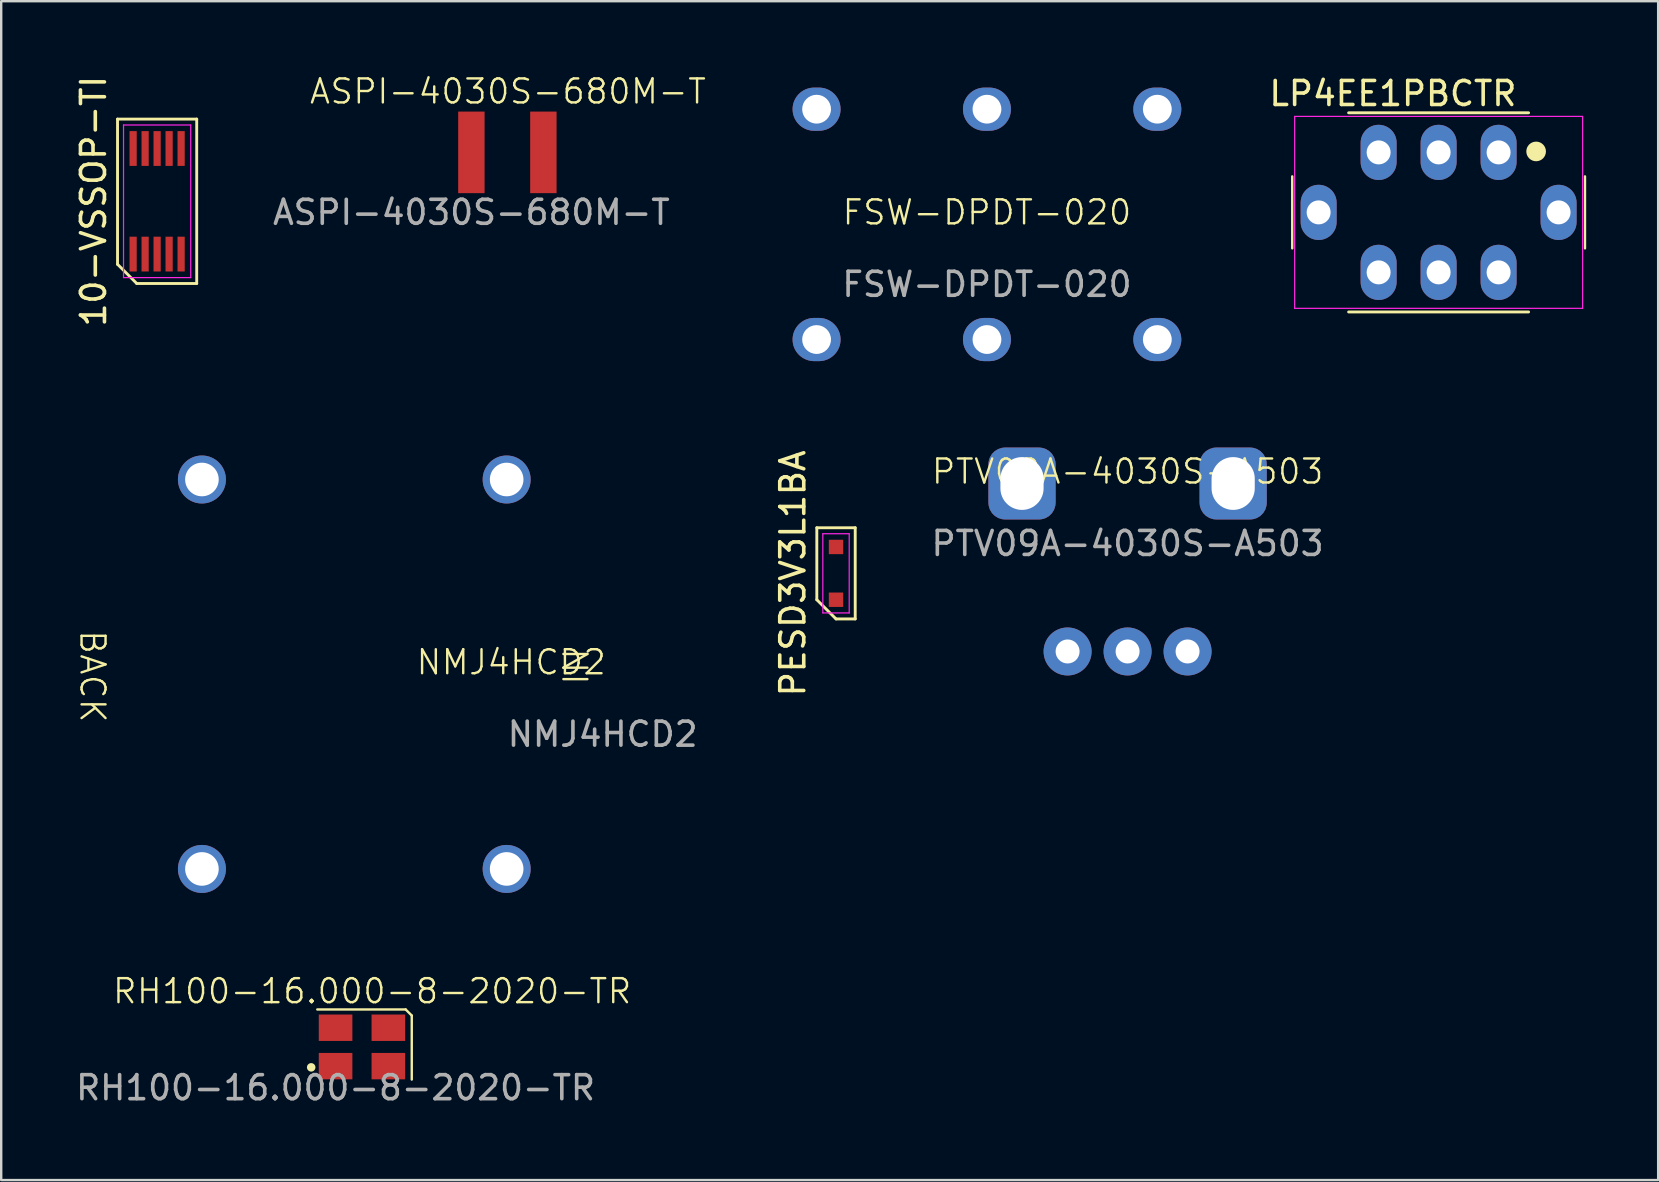
<source format=kicad_pcb>
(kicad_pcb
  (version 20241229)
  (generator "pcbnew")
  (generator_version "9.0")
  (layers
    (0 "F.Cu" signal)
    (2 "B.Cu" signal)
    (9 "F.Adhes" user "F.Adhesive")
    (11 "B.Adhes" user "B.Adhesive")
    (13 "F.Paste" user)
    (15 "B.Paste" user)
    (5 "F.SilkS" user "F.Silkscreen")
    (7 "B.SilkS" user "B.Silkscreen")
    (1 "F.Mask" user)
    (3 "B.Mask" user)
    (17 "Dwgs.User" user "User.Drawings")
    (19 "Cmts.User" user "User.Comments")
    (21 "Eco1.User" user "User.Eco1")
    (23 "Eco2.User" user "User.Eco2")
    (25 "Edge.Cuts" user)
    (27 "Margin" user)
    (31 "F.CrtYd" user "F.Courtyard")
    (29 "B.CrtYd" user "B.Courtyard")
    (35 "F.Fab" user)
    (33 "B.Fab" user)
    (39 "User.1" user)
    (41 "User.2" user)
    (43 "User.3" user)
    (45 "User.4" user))
  (footprint "10-VSSOP-TI"
    (layer "F.Cu")
    (at 3.498 5.339)
    (property "Reference" "10-VSSOP-TI" (at -2.65 0 90) (layer "F.SilkS") (effects (font (size 1 1) (thickness 0.15))))
    (attr smd)
    (fp_line (start -1.65 -3.425) (end 1.65 -3.425) (stroke (width 0.12) (type default)) (layer "F.SilkS"))
    (fp_line (start -1.65 2.625) (end -1.65 -3.425) (stroke (width 0.12) (type default)) (layer "F.SilkS"))
    (fp_line (start -0.85 3.425) (end -1.65 2.625) (stroke (width 0.12) (type default)) (layer "F.SilkS"))
    (fp_line (start 1.65 -3.425) (end 1.65 3.425) (stroke (width 0.12) (type default)) (layer "F.SilkS"))
    (fp_line (start 1.65 3.425) (end -0.85 3.425) (stroke (width 0.12) (type default)) (layer "F.SilkS"))
    (fp_line (start -1.4 -3.18) (end 1.4 -3.18) (stroke (width 0.05) (type default)) (layer "F.CrtYd"))
    (fp_line (start -1.4 3.18) (end -1.4 -3.18) (stroke (width 0.05) (type default)) (layer "F.CrtYd"))
    (fp_line (start 1.4 -3.18) (end 1.4 3.18) (stroke (width 0.05) (type default)) (layer "F.CrtYd"))
    (fp_line (start 1.4 3.18) (end -1.4 3.18) (stroke (width 0.05) (type default)) (layer "F.CrtYd"))
    (pad "1" smd rect (at -1 2.2) (size 0.3 1.45) (layers "F.Cu" "F.Mask" "F.Paste"))
    (pad "2" smd rect (at -0.5 2.2) (size 0.3 1.45) (layers "F.Cu" "F.Mask" "F.Paste"))
    (pad "3" smd rect (at 0 2.2) (size 0.3 1.45) (layers "F.Cu" "F.Mask" "F.Paste"))
    (pad "4" smd rect (at 0.5 2.2) (size 0.3 1.45) (layers "F.Cu" "F.Mask" "F.Paste"))
    (pad "5" smd rect (at 1 2.2) (size 0.3 1.45) (layers "F.Cu" "F.Mask" "F.Paste"))
    (pad "6" smd rect (at 1 -2.2) (size 0.3 1.45) (layers "F.Cu" "F.Mask" "F.Paste"))
    (pad "7" smd rect (at 0.5 -2.2) (size 0.3 1.45) (layers "F.Cu" "F.Mask" "F.Paste"))
    (pad "8" smd rect (at 0 -2.2) (size 0.3 1.45) (layers "F.Cu" "F.Mask" "F.Paste"))
    (pad "9" smd rect (at -0.5 -2.2) (size 0.3 1.45) (layers "F.Cu" "F.Mask" "F.Paste"))
    (pad "10" smd rect (at -1 -2.2) (size 0.3 1.45) (layers "F.Cu" "F.Mask" "F.Paste")))
  (footprint "FSW-DPDT-020"
    (layer "F.Cu")
    (at 38.081 6.3)
    (property "Reference" "FSW-DPDT-020" (at 0 -0.5 0) (unlocked yes) (layer "F.SilkS") (effects (font (size 1 1) (thickness 0.1))))
    (attr through_hole)
    (fp_rect (start -8.6 -6.25) (end 8.6 6.25) (stroke (width 0.1) (type default)) (fill no) (layer "Margin"))
    (fp_text user "${REFERENCE}" (at 0 2.5 0) (unlocked yes) (layer "F.Fab") (effects (font (size 1 1) (thickness 0.15))))
    (pad "1" thru_hole oval (at -7.1 -4.8) (size 2 1.8) (drill 1.2) (layers "*.Cu" "*.Mask"))
    (pad "2" thru_hole oval (at -7.1 4.8) (size 2 1.8) (drill 1.2) (layers "*.Cu" "*.Mask"))
    (pad "3" thru_hole oval (at 0 -4.8) (size 2 1.8) (drill 1.2) (layers "*.Cu" "*.Mask"))
    (pad "4" thru_hole oval (at 0 4.8) (size 2 1.8) (drill 1.2) (layers "*.Cu" "*.Mask"))
    (pad "5" thru_hole oval (at 7.1 -4.8) (size 2 1.8) (drill 1.2) (layers "*.Cu" "*.Mask"))
    (pad "6" thru_hole oval (at 7.1 4.8) (size 2 1.8) (drill 1.2) (layers "*.Cu" "*.Mask")))
  (footprint "ASPI-4030S-680M-T"
    (layer "F.Cu")
    (at 16.595 3.3)
    (property "Reference" "ASPI-4030S-680M-T" (at 1.524 -2.54 0) (unlocked yes) (layer "F.SilkS") (effects (font (size 1 1) (thickness 0.1))))
    (attr smd)
    (fp_text user "${REFERENCE}" (at 0 2.5 0) (unlocked yes) (layer "F.Fab") (effects (font (size 1 1) (thickness 0.15))))
    (pad "1" smd rect (at 0 0) (size 1.1 3.4) (layers "F.Cu" "F.Mask" "F.Paste"))
    (pad "2" smd rect (at 3 0) (size 1.1 3.4) (layers "F.Cu" "F.Mask" "F.Paste")))
  (footprint "LP4EE1PBCTR"
    (layer "F.Cu")
    (at 56.904 5.801)
    (property "Reference" "LP4EE1PBCTR" (at -1.905 -4.953 0) (layer "F.SilkS") (effects (font (size 1 1) (thickness 0.15))))
    (attr through_hole)
    (fp_line (start -6.1 -1.5) (end -6.1 1.5) (stroke (width 0.1) (type default)) (layer "F.SilkS"))
    (fp_line (start -3.75 4.15) (end 3.75 4.15) (stroke (width 0.12) (type default)) (layer "F.SilkS"))
    (fp_line (start 3.75 -4.15) (end -3.75 -4.15) (stroke (width 0.12) (type default)) (layer "F.SilkS"))
    (fp_line (start 6.1 -1.5) (end 6.1 1.5) (stroke (width 0.1) (type default)) (layer "F.SilkS"))
    (fp_circle (center 4.064 -2.54) (end 4.423 -2.54) (stroke (width 0.1) (type solid)) (fill yes) (layer "F.SilkS"))
    (fp_line (start -6 -4) (end -6 4) (stroke (width 0.05) (type default)) (layer "F.CrtYd"))
    (fp_line (start -6 -4) (end 6 -4) (stroke (width 0.05) (type default)) (layer "F.CrtYd"))
    (fp_line (start -6 4) (end 6 4) (stroke (width 0.05) (type default)) (layer "F.CrtYd"))
    (fp_line (start 6 -4) (end 6 4) (stroke (width 0.05) (type default)) (layer "F.CrtYd"))
    (pad "1" thru_hole oval (at 2.5 -2.5) (size 1.5 2.3) (drill 1) (layers "*.Cu" "*.Mask"))
    (pad "2" thru_hole oval (at 0 -2.5) (size 1.5 2.3) (drill 1) (layers "*.Cu" "*.Mask"))
    (pad "3" thru_hole oval (at -2.5 -2.5) (size 1.5 2.3) (drill 1) (layers "*.Cu" "*.Mask"))
    (pad "4" thru_hole oval (at 2.5 2.5) (size 1.5 2.3) (drill 1) (layers "*.Cu" "*.Mask"))
    (pad "5" thru_hole oval (at 0 2.5) (size 1.5 2.3) (drill 1) (layers "*.Cu" "*.Mask"))
    (pad "6" thru_hole oval (at -2.5 2.5) (size 1.5 2.3) (drill 1) (layers "*.Cu" "*.Mask"))
    (pad "7" thru_hole oval (at 5 0) (size 1.5 2.3) (drill 1) (layers "*.Cu" "*.Mask"))
    (pad "8" thru_hole oval (at -5 0) (size 1.5 2.3) (drill 1) (layers "*.Cu" "*.Mask")))
  (footprint "PTV09A-4030S-A503"
    (layer "F.Cu")
    (at 43.942 17.1)
    (property "Reference" "PTV09A-4030S-A503" (at 0 -0.5 0) (unlocked yes) (layer "F.SilkS") (effects (font (size 1 1) (thickness 0.1))))
    (attr through_hole)
    (fp_text user "${REFERENCE}" (at 0 2.5 0) (unlocked yes) (layer "F.Fab") (effects (font (size 1 1) (thickness 0.15))))
    (pad "" thru_hole roundrect (at -4.4 0 90) (size 3 2.8) (drill oval 2.2 1.8) (layers "*.Cu" "*.Mask") (roundrect_rratio 0.25))
    (pad "" thru_hole roundrect (at 4.4 0 90) (size 3 2.8) (drill oval 2.2 1.8) (layers "*.Cu" "*.Mask") (roundrect_rratio 0.25))
    (pad "1" thru_hole circle (at -2.5 7) (size 2 2) (drill 1) (layers "*.Cu" "*.Mask"))
    (pad "2" thru_hole circle (at 0 7) (size 2 2) (drill 1) (layers "*.Cu" "*.Mask"))
    (pad "3" thru_hole circle (at 2.5 7) (size 2 2) (drill 1) (layers "*.Cu" "*.Mask")))
  (footprint "NMJ4HCD2"
    (layer "F.Cu")
    (at 22.065 25.048)
    (property "Reference" "NMJ4HCD2" (at -3.81 -0.5 0) (unlocked yes) (layer "F.SilkS") (effects (font (size 1 1) (thickness 0.1))))
    (attr through_hole)
    (fp_rect (start 0 -9.398) (end -22 9.398) (stroke (width 0.1) (type default)) (fill no) (layer "Margin"))
    (fp_text user "IN" (at -0.508 0.508 90) (unlocked yes) (layer "F.SilkS") (effects (font (size 1 1) (thickness 0.1)) (justify left bottom)))
    (fp_text user "BACK" (at -21.844 -1.905 270) (unlocked yes) (layer "F.SilkS") (effects (font (size 1 1) (thickness 0.1)) (justify left bottom)))
    (fp_text user "${REFERENCE}" (at 0 2.5 0) (unlocked yes) (layer "F.Fab") (effects (font (size 1 1) (thickness 0.15))))
    (pad "1" thru_hole circle (at -16.7 -8.115) (size 2 2) (drill 1.4) (layers "*.Cu" "*.Mask"))
    (pad "2" thru_hole circle (at -16.7 8.115) (size 2 2) (drill 1.4) (layers "*.Cu" "*.Mask"))
    (pad "3" thru_hole circle (at -4 8.115) (size 2 2) (drill 1.4) (layers "*.Cu" "*.Mask"))
    (pad "4" thru_hole circle (at -4 -8.115) (size 2 2) (drill 1.4) (layers "*.Cu" "*.Mask"))
    (zone (net_name "") (layers "F.Cu" "B.Cu") (name "Off board") (hatch edge 0.5) (connect_pads) (min_thickness 0.25) (filled_areas_thickness no) (keepout (tracks not_allowed) (vias not_allowed) (pads not_allowed) (copperpour allowed) (footprints allowed)) (placement (enabled no)) (fill) (polygon (pts (xy 22.065 15.904) (xy 22.065 34.192) (xy 23.081 34.192) (xy 23.081 15.904)))))
  (footprint "RH100-16.000-8-2020-TR"
    (layer "F.Cu")
    (at 10.935 39.781)
    (property "Reference" "RH100-16.000-8-2020-TR" (at 1.524 -1.524 0) (unlocked yes) (layer "F.SilkS") (effects (font (size 1 1) (thickness 0.1))))
    (attr smd)
    (fp_line (start -0.762 -0.762) (end 2.921 -0.762) (stroke (width 0.1) (type default)) (layer "F.SilkS"))
    (fp_line (start 2.921 -0.762) (end 3.175 -0.508) (stroke (width 0.1) (type default)) (layer "F.SilkS"))
    (fp_line (start 3.175 -0.508) (end 3.175 2.159) (stroke (width 0.1) (type default)) (layer "F.SilkS"))
    (fp_circle (center -1.016 1.651) (end -0.889 1.651) (stroke (width 0.1) (type solid)) (fill yes) (layer "F.SilkS"))
    (fp_text user "${REFERENCE}" (at 0 2.5 0) (unlocked yes) (layer "F.Fab") (effects (font (size 1 1) (thickness 0.15))))
    (pad "1" smd rect (at 0 1.6) (size 1.4 1.1) (layers "F.Cu" "F.Mask" "F.Paste"))
    (pad "2" smd rect (at 2.2 1.6) (size 1.4 1.1) (layers "F.Cu" "F.Mask" "F.Paste"))
    (pad "3" smd rect (at 2.2 0) (size 1.4 1.1) (layers "F.Cu" "F.Mask" "F.Paste"))
    (pad "4" smd rect (at 0 0) (size 1.4 1.1) (layers "F.Cu" "F.Mask" "F.Paste")))
  (footprint "PESD3V3L1BA"
    (layer "F.Cu")
    (at 31.791 20.844)
    (property "Reference" "PESD3V3L1BA" (at -1.8 0 90) (layer "F.SilkS") (effects (font (size 1 1) (thickness 0.15))))
    (attr smd)
    (fp_line (start -0.8 -1.9) (end 0.8 -1.9) (stroke (width 0.12) (type default)) (layer "F.SilkS"))
    (fp_line (start -0.8 1.1) (end -0.8 -1.9) (stroke (width 0.12) (type default)) (layer "F.SilkS"))
    (fp_line (start 0 1.9) (end -0.8 1.1) (stroke (width 0.12) (type default)) (layer "F.SilkS"))
    (fp_line (start 0.8 -1.9) (end 0.8 1.9) (stroke (width 0.12) (type default)) (layer "F.SilkS"))
    (fp_line (start 0.8 1.9) (end 0 1.9) (stroke (width 0.12) (type default)) (layer "F.SilkS"))
    (fp_line (start -0.55 -1.65) (end 0.55 -1.65) (stroke (width 0.05) (type default)) (layer "F.CrtYd"))
    (fp_line (start -0.55 1.65) (end -0.55 -1.65) (stroke (width 0.05) (type default)) (layer "F.CrtYd"))
    (fp_line (start 0.55 -1.65) (end 0.55 1.65) (stroke (width 0.05) (type default)) (layer "F.CrtYd"))
    (fp_line (start 0.55 1.65) (end -0.55 1.65) (stroke (width 0.05) (type default)) (layer "F.CrtYd"))
    (pad "1" smd rect (at 0 1.1) (size 0.6 0.6) (layers "F.Cu" "F.Mask" "F.Paste"))
    (pad "2" smd rect (at 0 -1.1) (size 0.6 0.6) (layers "F.Cu" "F.Mask" "F.Paste")))
  (gr_rect
    (start -3 -3)
    (end 66.054 46.129)
    (stroke (width 0.1) (type default))
    (fill no)
    (layer "Edge.Cuts")))
</source>
